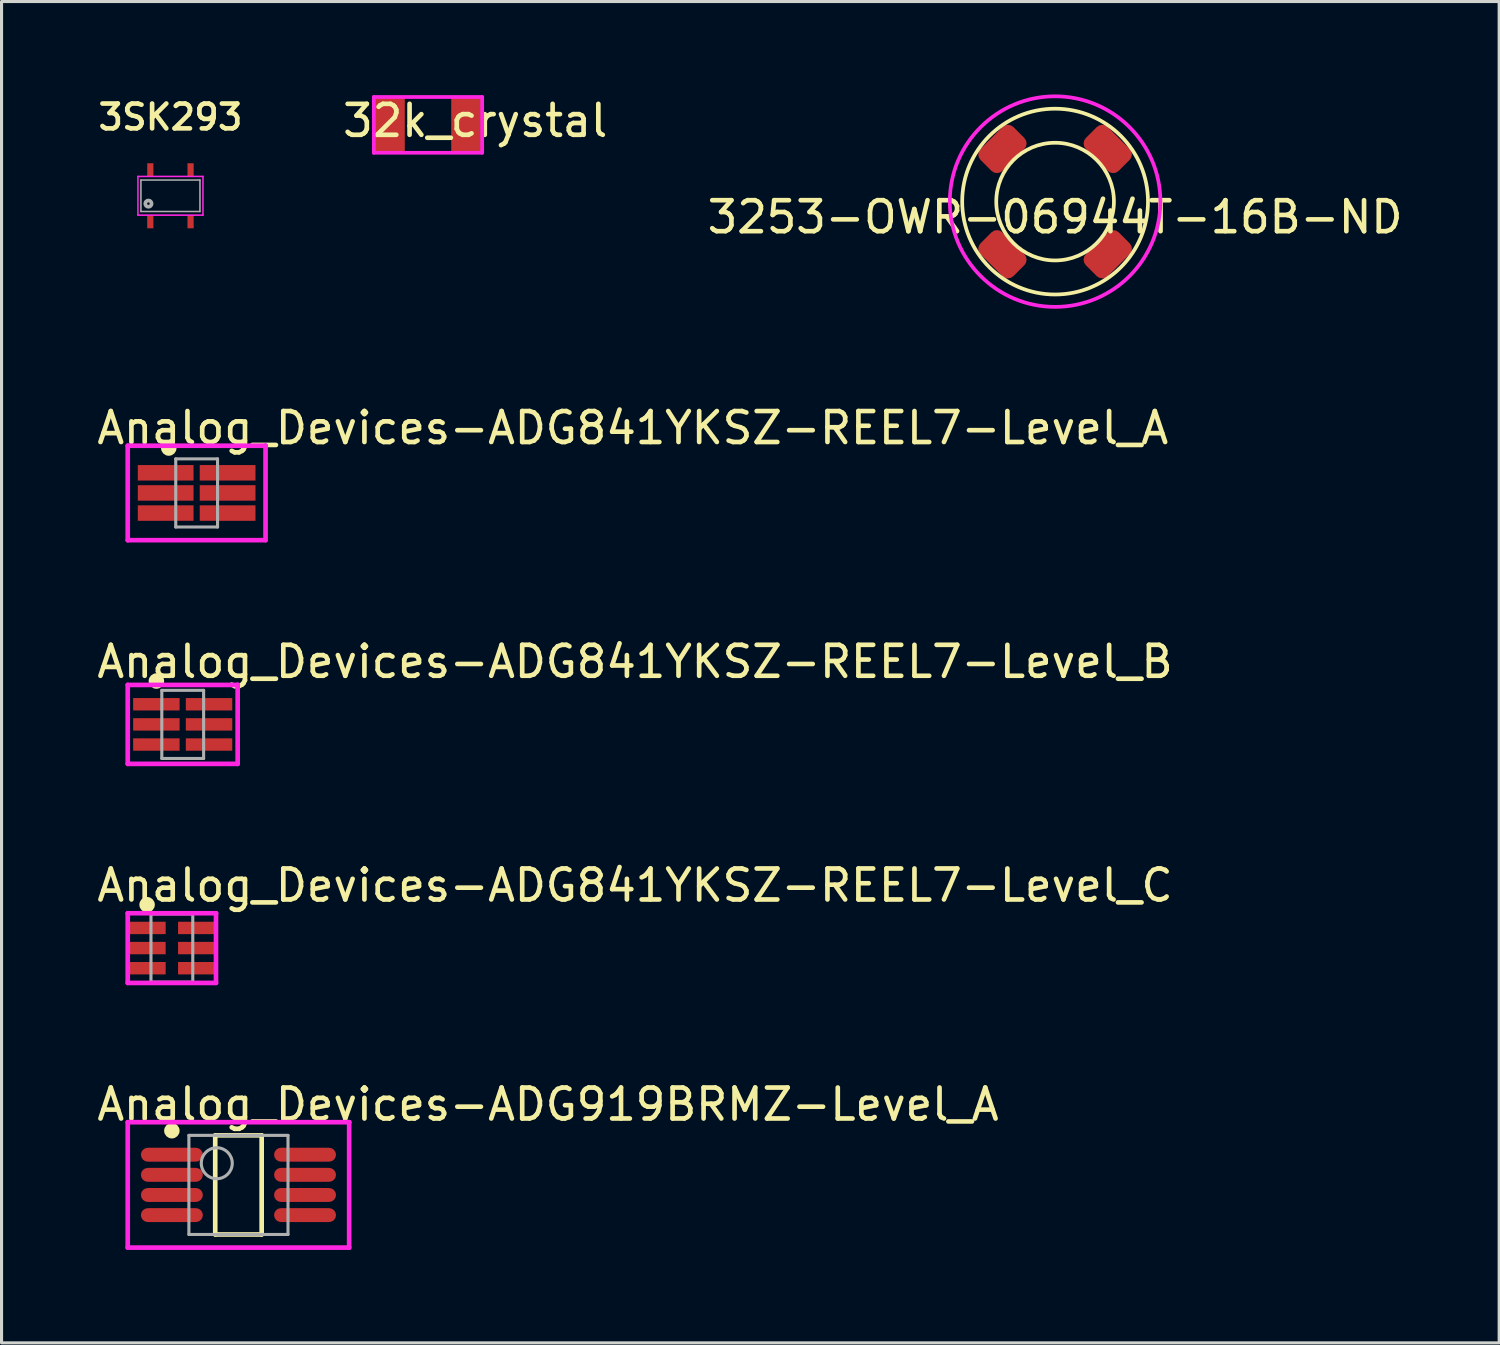
<source format=kicad_pcb>
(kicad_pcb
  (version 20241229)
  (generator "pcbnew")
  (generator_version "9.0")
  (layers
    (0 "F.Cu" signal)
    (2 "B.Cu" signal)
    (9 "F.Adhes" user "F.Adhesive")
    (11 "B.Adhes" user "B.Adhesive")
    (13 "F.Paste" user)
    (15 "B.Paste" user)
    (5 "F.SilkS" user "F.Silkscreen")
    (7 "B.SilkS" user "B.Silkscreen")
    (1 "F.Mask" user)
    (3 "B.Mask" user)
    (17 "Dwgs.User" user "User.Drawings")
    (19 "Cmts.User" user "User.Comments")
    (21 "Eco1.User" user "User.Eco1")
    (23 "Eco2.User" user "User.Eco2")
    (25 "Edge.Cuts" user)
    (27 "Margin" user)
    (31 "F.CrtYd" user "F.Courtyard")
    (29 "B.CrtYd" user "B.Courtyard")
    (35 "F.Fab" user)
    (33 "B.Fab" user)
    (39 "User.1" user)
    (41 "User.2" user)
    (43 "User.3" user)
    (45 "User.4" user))
  (footprint "Analog_Devices-ADG841YKSZ-REEL7-Level_B"
    (layer "F.Cu")
    (at 2.85 20.342)
    (property "Reference" "Analog_Devices-ADG841YKSZ-REEL7-Level_B" (at -2.85 -2.025 0) (layer "F.SilkS") (effects (font (size 1 1) (thickness 0.15)) (justify left)))
    (attr through_hole)
    (fp_circle (center -0.85 -1.4) (end -0.725 -1.4) (stroke (width 0.25) (type solid)) (fill no) (layer "F.SilkS"))
    (fp_line (start -1.775 -1.275) (end -1.775 1.275) (stroke (width 0.15) (type solid)) (layer "F.CrtYd"))
    (fp_line (start -1.775 1.275) (end 1.775 1.275) (stroke (width 0.15) (type solid)) (layer "F.CrtYd"))
    (fp_line (start 1.775 -1.275) (end -1.775 -1.275) (stroke (width 0.15) (type solid)) (layer "F.CrtYd"))
    (fp_line (start 1.775 -1.275) (end 1.775 -1.275) (stroke (width 0.15) (type solid)) (layer "F.CrtYd"))
    (fp_line (start 1.775 1.275) (end 1.775 -1.275) (stroke (width 0.15) (type solid)) (layer "F.CrtYd"))
    (fp_line (start -0.675 -1.1) (end 0.675 -1.1) (stroke (width 0.1) (type solid)) (layer "F.Fab"))
    (fp_line (start -0.675 1.1) (end -0.675 -1.1) (stroke (width 0.1) (type solid)) (layer "F.Fab"))
    (fp_line (start -0.675 1.1) (end 0.675 1.1) (stroke (width 0.1) (type solid)) (layer "F.Fab"))
    (fp_line (start 0.675 1.1) (end 0.675 -1.1) (stroke (width 0.1) (type solid)) (layer "F.Fab"))
    (pad "1" smd rect (at -0.85 -0.65 270) (size 0.4 1.5) (layers "F.Cu" "F.Mask" "F.Paste"))
    (pad "2" smd rect (at -0.85 -0.000001 270) (size 0.4 1.5) (layers "F.Cu" "F.Mask" "F.Paste"))
    (pad "3" smd rect (at -0.85 0.65 270) (size 0.4 1.5) (layers "F.Cu" "F.Mask" "F.Paste"))
    (pad "4" smd rect (at 0.85 0.65 270) (size 0.4 1.5) (layers "F.Cu" "F.Mask" "F.Paste"))
    (pad "5" smd rect (at 0.85 -0.000001 270) (size 0.4 1.5) (layers "F.Cu" "F.Mask" "F.Paste"))
    (pad "6" smd rect (at 0.85 -0.65 270) (size 0.4 1.5) (layers "F.Cu" "F.Mask" "F.Paste")))
  (footprint "3253-OWR-06944T-16B-ND"
    (layer "F.Cu")
    (at 31.021 3.46)
    (property "Reference" "3253-OWR-06944T-16B-ND" (at 0 0.5 0) (layer "F.SilkS") (effects (font (size 1 1) (thickness 0.15))))
    (attr through_hole)
    (fp_circle (center 0 0) (end 1.9 0) (stroke (width 0.12) (type solid)) (fill no) (layer "F.SilkS"))
    (fp_circle (center 0 0) (end 3 0) (stroke (width 0.12) (type solid)) (fill no) (layer "F.SilkS"))
    (fp_circle (center 0 0) (end 3.4 0) (stroke (width 0.12) (type solid)) (fill no) (layer "F.CrtYd"))
    (pad "1" smd roundrect (at -1.7 -1.7 45) (size 1.5 1) (layers "F.Cu" "F.Mask" "F.Paste") (roundrect_rratio 0.25))
    (pad "1" smd roundrect (at -1.7 1.7 135) (size 1.5 1) (layers "F.Cu" "F.Mask" "F.Paste") (roundrect_rratio 0.25))
    (pad "2" smd roundrect (at 1.7 -1.7 135) (size 1.5 1) (layers "F.Cu" "F.Mask" "F.Paste") (roundrect_rratio 0.25))
    (pad "2" smd roundrect (at 1.7 1.7 45) (size 1.5 1) (layers "F.Cu" "F.Mask" "F.Paste") (roundrect_rratio 0.25)))
  (footprint "32k_crystal"
    (layer "F.Cu")
    (at 10.771 0.983)
    (property "Reference" "32k_crystal" (at 1.524 -0.135 0) (layer "F.SilkS") (effects (font (size 1 1) (thickness 0.15))))
    (attr through_hole)
    (fp_line (start -1.75 -0.9) (end -1.75 0.9) (stroke (width 0.12) (type solid)) (layer "F.CrtYd"))
    (fp_line (start -1.75 0.9) (end 1.75 0.9) (stroke (width 0.12) (type solid)) (layer "F.CrtYd"))
    (fp_line (start 1.75 -0.9) (end -1.75 -0.9) (stroke (width 0.12) (type solid)) (layer "F.CrtYd"))
    (fp_line (start 1.75 0.9) (end 1.75 -0.9) (stroke (width 0.12) (type solid)) (layer "F.CrtYd"))
    (pad "1" smd rect (at -1.25 0) (size 1 1.8) (layers "F.Cu" "F.Mask" "F.Paste"))
    (pad "2" smd rect (at 1.25 0) (size 1 1.8) (layers "F.Cu" "F.Mask" "F.Paste")))
  (footprint "Analog_Devices-ADG841YKSZ-REEL7-Level_C"
    (layer "F.Cu")
    (at 2.5 27.565)
    (property "Reference" "Analog_Devices-ADG841YKSZ-REEL7-Level_C" (at -2.5 -2.025 0) (layer "F.SilkS") (effects (font (size 1 1) (thickness 0.15)) (justify left)))
    (attr through_hole)
    (fp_circle (center -0.8 -1.4) (end -0.675 -1.4) (stroke (width 0.25) (type solid)) (fill no) (layer "F.SilkS"))
    (fp_line (start -1.425 -1.125) (end -1.425 1.125) (stroke (width 0.15) (type solid)) (layer "F.CrtYd"))
    (fp_line (start -1.425 1.125) (end 1.425 1.125) (stroke (width 0.15) (type solid)) (layer "F.CrtYd"))
    (fp_line (start 1.425 -1.125) (end -1.425 -1.125) (stroke (width 0.15) (type solid)) (layer "F.CrtYd"))
    (fp_line (start 1.425 -1.125) (end 1.425 -1.125) (stroke (width 0.15) (type solid)) (layer "F.CrtYd"))
    (fp_line (start 1.425 1.125) (end 1.425 -1.125) (stroke (width 0.15) (type solid)) (layer "F.CrtYd"))
    (fp_line (start -0.675 -1.1) (end 0.675 -1.1) (stroke (width 0.1) (type solid)) (layer "F.Fab"))
    (fp_line (start -0.675 1.1) (end -0.675 -1.1) (stroke (width 0.1) (type solid)) (layer "F.Fab"))
    (fp_line (start -0.675 1.1) (end 0.675 1.1) (stroke (width 0.1) (type solid)) (layer "F.Fab"))
    (fp_line (start 0.675 1.1) (end 0.675 -1.1) (stroke (width 0.1) (type solid)) (layer "F.Fab"))
    (pad "1" smd rect (at -0.8 -0.65 270) (size 0.4 1.2) (layers "F.Cu" "F.Mask" "F.Paste"))
    (pad "2" smd rect (at -0.8 -0.000001 270) (size 0.4 1.2) (layers "F.Cu" "F.Mask" "F.Paste"))
    (pad "3" smd rect (at -0.8 0.65 270) (size 0.4 1.2) (layers "F.Cu" "F.Mask" "F.Paste"))
    (pad "4" smd rect (at 0.8 0.65 270) (size 0.4 1.2) (layers "F.Cu" "F.Mask" "F.Paste"))
    (pad "5" smd rect (at 0.8 -0.000001 270) (size 0.4 1.2) (layers "F.Cu" "F.Mask" "F.Paste"))
    (pad "6" smd rect (at 0.8 -0.65 270) (size 0.4 1.2) (layers "F.Cu" "F.Mask" "F.Paste")))
  (footprint "3SK293"
    (layer "F.Cu")
    (at 2.454 3.272)
    (property "Reference" "3SK293" (at -0.000015 -2.54 0) (layer "F.SilkS") (effects (font (size 0.802 0.802) (thickness 0.15))))
    (attr through_hole)
    (fp_line (start -1.05 -0.625) (end -1.05 0.625) (stroke (width 0.05) (type solid)) (layer "F.CrtYd"))
    (fp_line (start 1.05 -0.625) (end -1.05 -0.625) (stroke (width 0.05) (type solid)) (layer "F.CrtYd"))
    (fp_line (start 1.05 -0.625) (end 1.05 0.625) (stroke (width 0.05) (type solid)) (layer "F.CrtYd"))
    (fp_line (start 1.05 0.625) (end -1.05 0.625) (stroke (width 0.05) (type solid)) (layer "F.CrtYd"))
    (fp_line (start -0.953 0.508) (end -0.953 -0.508) (stroke (width 0.05) (type solid)) (layer "F.Fab"))
    (fp_line (start -0.953 0.508) (end 0.953 0.508) (stroke (width 0.05) (type solid)) (layer "F.Fab"))
    (fp_line (start 0.953 -0.508) (end -0.953 -0.508) (stroke (width 0.05) (type solid)) (layer "F.Fab"))
    (fp_line (start 0.953 -0.508) (end 0.953 0.508) (stroke (width 0.05) (type solid)) (layer "F.Fab"))
    (fp_circle (center -0.711 0.254) (end -0.711 0.152) (stroke (width 0.12) (type solid)) (fill no) (layer "F.Fab"))
    (pad "1" smd rect (at -0.65 0.838) (size 0.2 0.425) (layers "F.Cu" "F.Mask" "F.Paste"))
    (pad "2" smd rect (at 0.65 0.838) (size 0.2 0.425) (layers "F.Cu" "F.Mask" "F.Paste"))
    (pad "3" smd rect (at 0.65 -0.838) (size 0.2 0.425) (layers "F.Cu" "F.Mask" "F.Paste"))
    (pad "4" smd rect (at -0.65 -0.838) (size 0.2 0.425) (layers "F.Cu" "F.Mask" "F.Paste")))
  (footprint "Analog_Devices-ADG919BRMZ-Level_A"
    (layer "F.Cu")
    (at 4.65 35.213)
    (property "Reference" "Analog_Devices-ADG919BRMZ-Level_A" (at -4.65 -2.6 0) (layer "F.SilkS") (effects (font (size 1 1) (thickness 0.15)) (justify left)))
    (attr through_hole)
    (fp_line (start -0.75 -1.6) (end 0.75 -1.6) (stroke (width 0.15) (type solid)) (layer "F.SilkS"))
    (fp_line (start -0.75 1.6) (end -0.75 -1.6) (stroke (width 0.15) (type solid)) (layer "F.SilkS"))
    (fp_line (start -0.75 1.6) (end 0.75 1.6) (stroke (width 0.15) (type solid)) (layer "F.SilkS"))
    (fp_line (start 0.75 1.6) (end 0.75 -1.6) (stroke (width 0.15) (type solid)) (layer "F.SilkS"))
    (fp_circle (center -2.15 -1.75) (end -2.025 -1.75) (stroke (width 0.25) (type solid)) (fill no) (layer "F.SilkS"))
    (fp_line (start -3.575 -2.025) (end -3.575 2.025) (stroke (width 0.15) (type solid)) (layer "F.CrtYd"))
    (fp_line (start -3.575 2.025) (end 3.575 2.025) (stroke (width 0.15) (type solid)) (layer "F.CrtYd"))
    (fp_line (start 3.575 -2.025) (end -3.575 -2.025) (stroke (width 0.15) (type solid)) (layer "F.CrtYd"))
    (fp_line (start 3.575 -2.025) (end 3.575 -2.025) (stroke (width 0.15) (type solid)) (layer "F.CrtYd"))
    (fp_line (start 3.575 2.025) (end 3.575 -2.025) (stroke (width 0.15) (type solid)) (layer "F.CrtYd"))
    (fp_line (start -1.6 -1.6) (end 1.6 -1.6) (stroke (width 0.1) (type solid)) (layer "F.Fab"))
    (fp_line (start -1.6 1.6) (end -1.6 -1.6) (stroke (width 0.1) (type solid)) (layer "F.Fab"))
    (fp_line (start -1.6 1.6) (end 1.6 1.6) (stroke (width 0.1) (type solid)) (layer "F.Fab"))
    (fp_line (start 1.6 1.6) (end 1.6 -1.6) (stroke (width 0.1) (type solid)) (layer "F.Fab"))
    (fp_circle (center -0.7 -0.7) (end -0.2 -0.7) (stroke (width 0.1) (type solid)) (fill no) (layer "F.Fab"))
    (pad "1" smd roundrect (at -2.15 -0.975 270) (size 0.45 2) (layers "F.Cu" "F.Mask" "F.Paste") (roundrect_rratio 0.5))
    (pad "2" smd roundrect (at -2.15 -0.325 270) (size 0.45 2) (layers "F.Cu" "F.Mask" "F.Paste") (roundrect_rratio 0.5))
    (pad "3" smd roundrect (at -2.15 0.325 270) (size 0.45 2) (layers "F.Cu" "F.Mask" "F.Paste") (roundrect_rratio 0.5))
    (pad "4" smd roundrect (at -2.15 0.975 270) (size 0.45 2) (layers "F.Cu" "F.Mask" "F.Paste") (roundrect_rratio 0.5))
    (pad "5" smd roundrect (at 2.15 0.975 270) (size 0.45 2) (layers "F.Cu" "F.Mask" "F.Paste") (roundrect_rratio 0.5))
    (pad "6" smd roundrect (at 2.15 0.325 270) (size 0.45 2) (layers "F.Cu" "F.Mask" "F.Paste") (roundrect_rratio 0.5))
    (pad "7" smd roundrect (at 2.15 -0.325 270) (size 0.45 2) (layers "F.Cu" "F.Mask" "F.Paste") (roundrect_rratio 0.5))
    (pad "8" smd roundrect (at 2.15 -0.975 270) (size 0.45 2) (layers "F.Cu" "F.Mask" "F.Paste") (roundrect_rratio 0.5)))
  (footprint "Analog_Devices-ADG841YKSZ-REEL7-Level_A"
    (layer "F.Cu")
    (at 3.3 12.868)
    (property "Reference" "Analog_Devices-ADG841YKSZ-REEL7-Level_A" (at -3.3 -2.1 0) (layer "F.SilkS") (effects (font (size 1 1) (thickness 0.15)) (justify left)))
    (attr through_hole)
    (fp_circle (center -0.9 -1.45) (end -0.775 -1.45) (stroke (width 0.25) (type solid)) (fill no) (layer "F.SilkS"))
    (fp_line (start -2.225 -1.525) (end -2.225 1.525) (stroke (width 0.15) (type solid)) (layer "F.CrtYd"))
    (fp_line (start -2.225 1.525) (end 2.225 1.525) (stroke (width 0.15) (type solid)) (layer "F.CrtYd"))
    (fp_line (start 2.225 -1.525) (end -2.225 -1.525) (stroke (width 0.15) (type solid)) (layer "F.CrtYd"))
    (fp_line (start 2.225 -1.525) (end 2.225 -1.525) (stroke (width 0.15) (type solid)) (layer "F.CrtYd"))
    (fp_line (start 2.225 1.525) (end 2.225 -1.525) (stroke (width 0.15) (type solid)) (layer "F.CrtYd"))
    (fp_line (start -0.675 -1.1) (end 0.675 -1.1) (stroke (width 0.1) (type solid)) (layer "F.Fab"))
    (fp_line (start -0.675 1.1) (end -0.675 -1.1) (stroke (width 0.1) (type solid)) (layer "F.Fab"))
    (fp_line (start -0.675 1.1) (end 0.675 1.1) (stroke (width 0.1) (type solid)) (layer "F.Fab"))
    (fp_line (start 0.675 1.1) (end 0.675 -1.1) (stroke (width 0.1) (type solid)) (layer "F.Fab"))
    (pad "1" smd rect (at -1 -0.65 270) (size 0.5 1.8) (layers "F.Cu" "F.Mask" "F.Paste"))
    (pad "2" smd rect (at -1 -0.000001 270) (size 0.5 1.8) (layers "F.Cu" "F.Mask" "F.Paste"))
    (pad "3" smd rect (at -1 0.65 270) (size 0.5 1.8) (layers "F.Cu" "F.Mask" "F.Paste"))
    (pad "4" smd rect (at 1 0.65 270) (size 0.5 1.8) (layers "F.Cu" "F.Mask" "F.Paste"))
    (pad "5" smd rect (at 1 -0.000001 270) (size 0.5 1.8) (layers "F.Cu" "F.Mask" "F.Paste"))
    (pad "6" smd rect (at 1 -0.65 270) (size 0.5 1.8) (layers "F.Cu" "F.Mask" "F.Paste")))
  (gr_rect
    (start -3 -3)
    (end 45.361 40.313)
    (stroke (width 0.1) (type default))
    (fill no)
    (layer "Edge.Cuts")))
</source>
